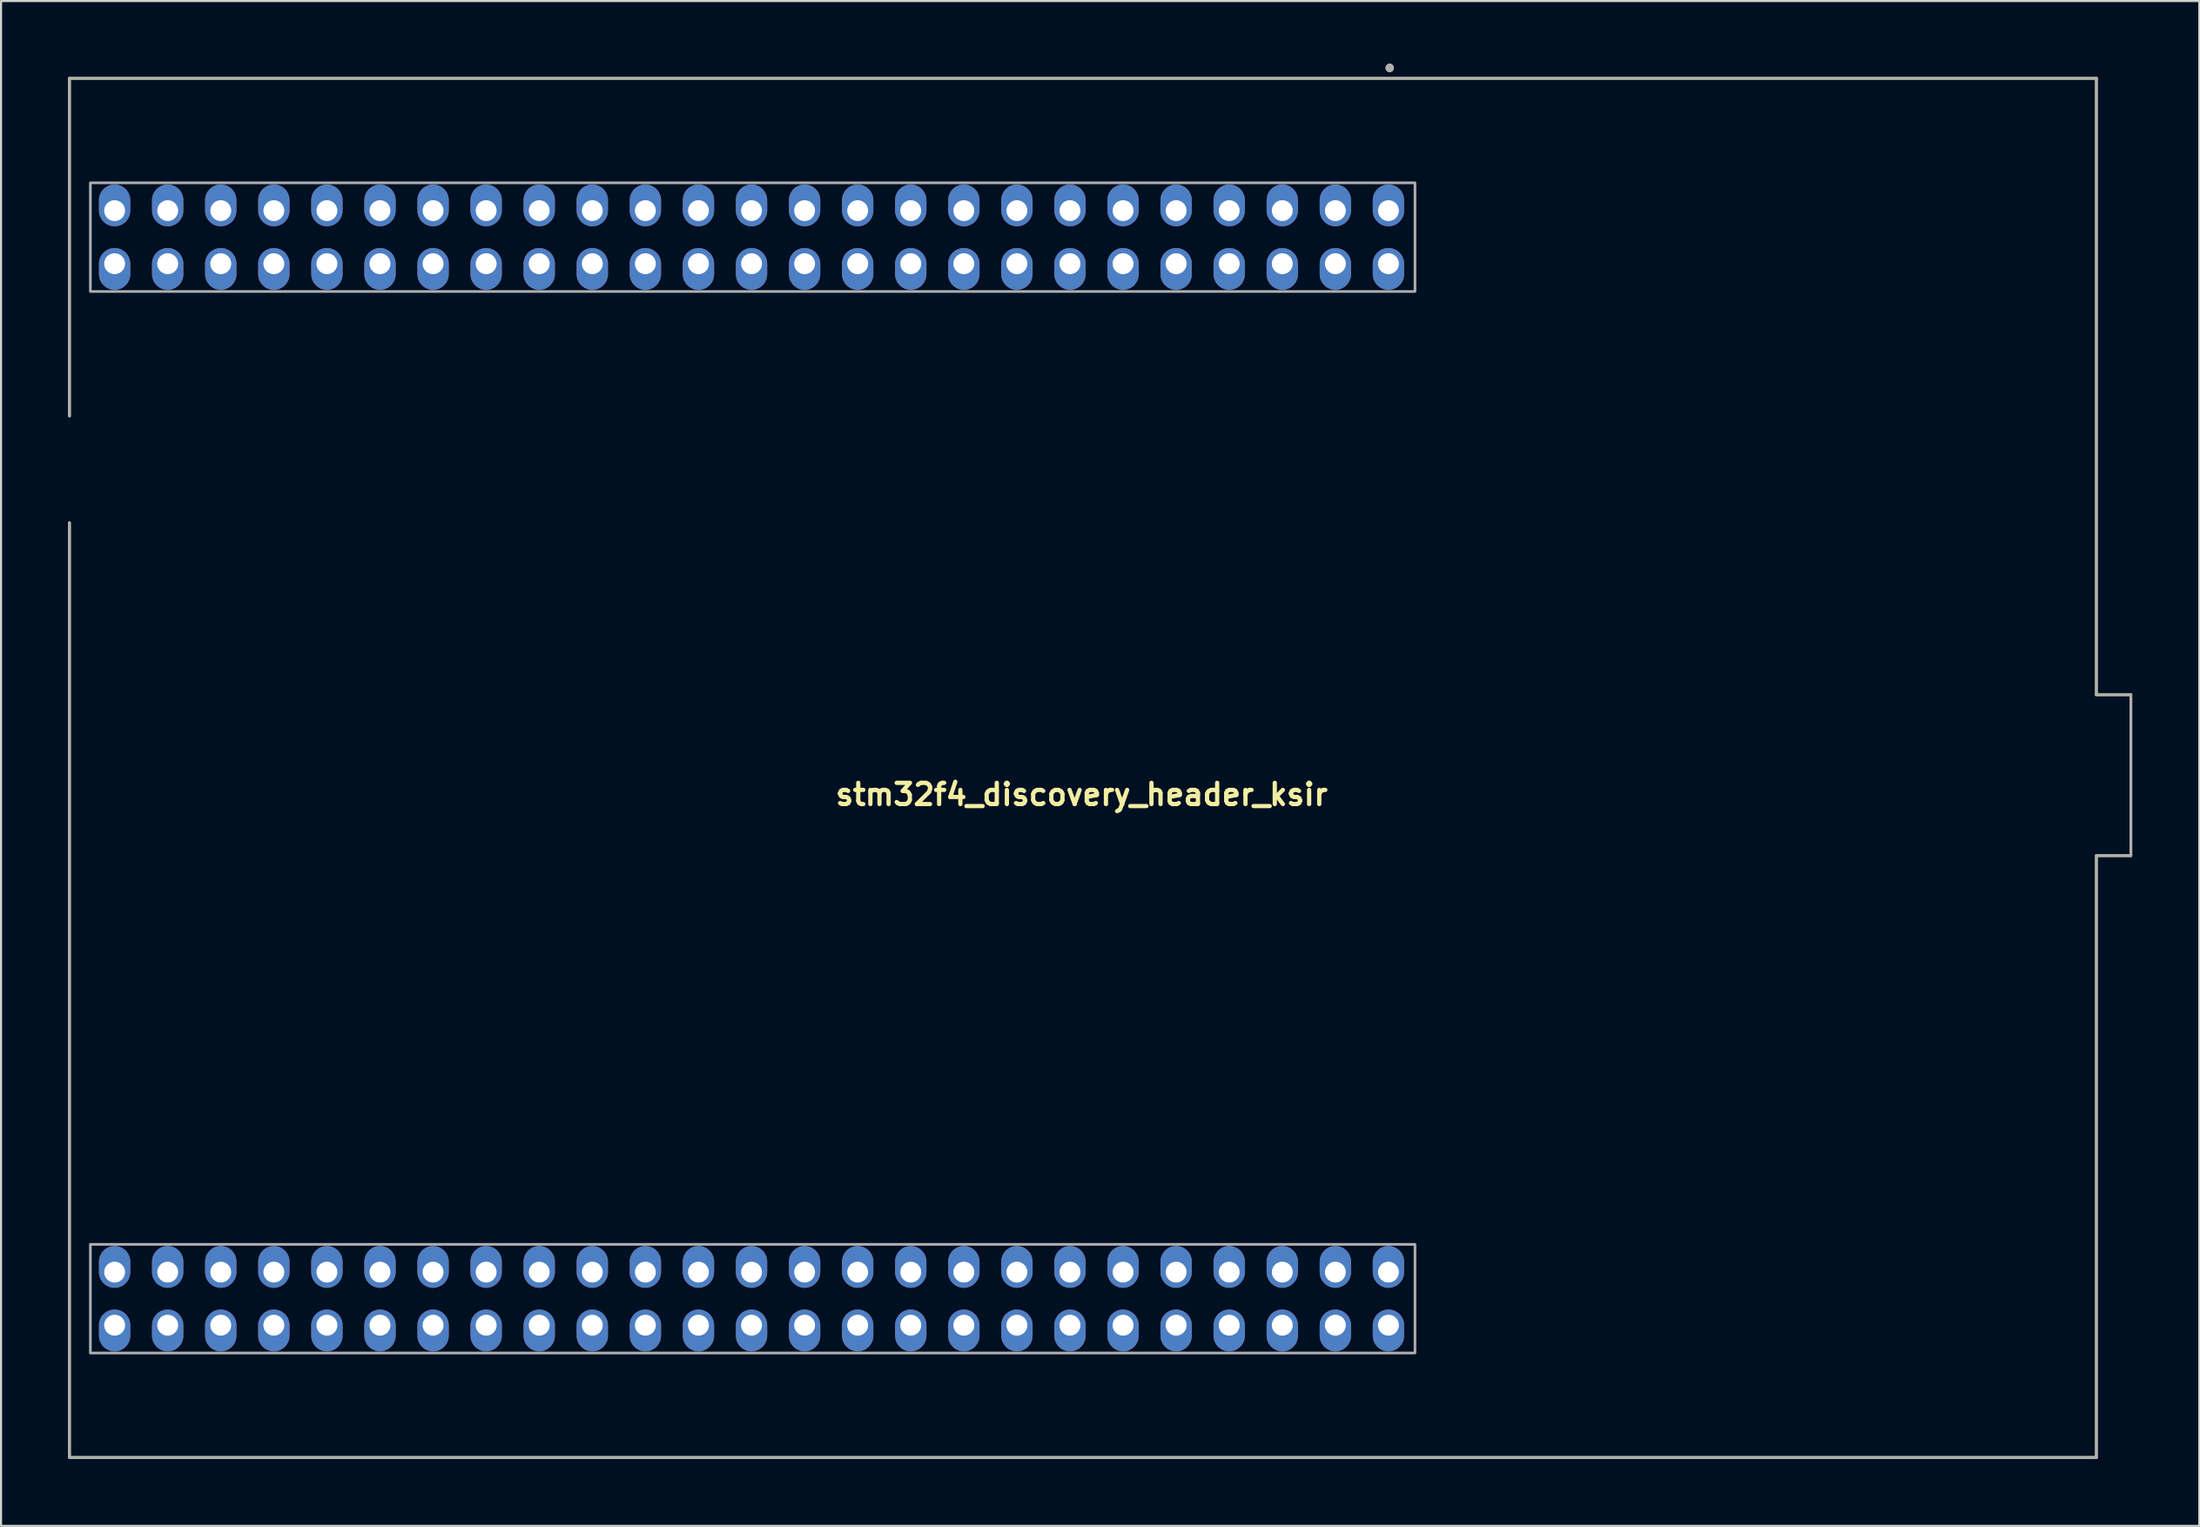
<source format=kicad_pcb>
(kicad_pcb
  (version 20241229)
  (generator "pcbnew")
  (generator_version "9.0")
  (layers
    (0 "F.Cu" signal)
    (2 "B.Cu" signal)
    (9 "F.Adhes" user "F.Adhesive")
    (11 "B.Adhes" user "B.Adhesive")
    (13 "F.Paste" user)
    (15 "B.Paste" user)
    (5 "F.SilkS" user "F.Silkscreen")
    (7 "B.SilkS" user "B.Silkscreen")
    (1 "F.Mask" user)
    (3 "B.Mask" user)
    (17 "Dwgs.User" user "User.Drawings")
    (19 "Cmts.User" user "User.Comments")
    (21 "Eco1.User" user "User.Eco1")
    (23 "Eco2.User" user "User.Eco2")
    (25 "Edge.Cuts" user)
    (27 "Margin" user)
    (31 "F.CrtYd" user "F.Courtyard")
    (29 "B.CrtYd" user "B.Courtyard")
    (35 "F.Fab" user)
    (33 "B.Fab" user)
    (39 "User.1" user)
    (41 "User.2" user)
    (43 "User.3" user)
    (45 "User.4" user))
  (footprint "stm32f4_discovery_header_ksir"
    (layer "F.Cu")
    (at 48.715 33.7)
    (property "Reference" "stm32f4_discovery_header_ksir" (at 0 1.27 0) (layer "F.SilkS") (effects (font (size 1.016 1.016) (thickness 0.203))))
    (attr through_hole)
    (fp_line (start -48.44 -33) (end -48.44 -16.84) (stroke (width 0.127) (type solid)) (layer "F.SilkS"))
    (fp_line (start -48.44 -33) (end 48.56 -33) (stroke (width 0.127) (type solid)) (layer "F.SilkS"))
    (fp_line (start -48.44 -11.74) (end -48.44 33) (stroke (width 0.127) (type solid)) (layer "F.SilkS"))
    (fp_line (start -48.44 33) (end 48.56 33) (stroke (width 0.127) (type solid)) (layer "F.SilkS"))
    (fp_line (start 48.56 -33) (end 48.56 -3.5) (stroke (width 0.127) (type solid)) (layer "F.SilkS"))
    (fp_line (start 48.56 -3.5) (end 50.21 -3.5) (stroke (width 0.127) (type solid)) (layer "F.SilkS"))
    (fp_line (start 48.56 4.2) (end 48.56 33) (stroke (width 0.127) (type solid)) (layer "F.SilkS"))
    (fp_line (start 48.56 4.2) (end 50.21 4.2) (stroke (width 0.127) (type solid)) (layer "F.SilkS"))
    (fp_line (start 50.21 -3.5) (end 50.21 4.2) (stroke (width 0.127) (type solid)) (layer "F.SilkS"))
    (fp_circle (center 14.74 -33.5) (end 14.74 -33.4) (stroke (width 0.2) (type solid)) (fill no) (layer "F.SilkS"))
    (fp_line (start -48.44 -33) (end -48.44 -16.84) (stroke (width 0.127) (type solid)) (layer "F.Fab"))
    (fp_line (start -48.44 -33) (end 48.56 -33) (stroke (width 0.127) (type solid)) (layer "F.Fab"))
    (fp_line (start -48.44 -11.74) (end -48.44 33) (stroke (width 0.127) (type solid)) (layer "F.Fab"))
    (fp_line (start -48.44 33) (end 48.56 33) (stroke (width 0.127) (type solid)) (layer "F.Fab"))
    (fp_line (start -47.44 -28) (end 15.95 -28) (stroke (width 0.127) (type solid)) (layer "F.Fab"))
    (fp_line (start -47.44 -22.86) (end -47.44 -27.94) (stroke (width 0.127) (type solid)) (layer "F.Fab"))
    (fp_line (start -47.44 22.86) (end -47.44 27.94) (stroke (width 0.127) (type solid)) (layer "F.Fab"))
    (fp_line (start -47.44 28) (end 15.95 28) (stroke (width 0.127) (type solid)) (layer "F.Fab"))
    (fp_line (start 15.95 -27.94) (end 15.95 -22.86) (stroke (width 0.127) (type solid)) (layer "F.Fab"))
    (fp_line (start 15.95 -22.8) (end -47.44 -22.8) (stroke (width 0.127) (type solid)) (layer "F.Fab"))
    (fp_line (start 15.95 22.8) (end -47.44 22.8) (stroke (width 0.127) (type solid)) (layer "F.Fab"))
    (fp_line (start 15.95 27.94) (end 15.95 22.86) (stroke (width 0.127) (type solid)) (layer "F.Fab"))
    (fp_line (start 48.56 -33) (end 48.56 -3.5) (stroke (width 0.127) (type solid)) (layer "F.Fab"))
    (fp_line (start 48.56 -3.5) (end 50.21 -3.5) (stroke (width 0.127) (type solid)) (layer "F.Fab"))
    (fp_line (start 48.56 4.2) (end 48.56 33) (stroke (width 0.127) (type solid)) (layer "F.Fab"))
    (fp_line (start 48.56 4.2) (end 50.21 4.2) (stroke (width 0.127) (type solid)) (layer "F.Fab"))
    (fp_line (start 50.21 -3.5) (end 50.21 4.2) (stroke (width 0.127) (type solid)) (layer "F.Fab"))
    (fp_circle (center 14.74 -33.5) (end 14.74 -33.4) (stroke (width 0.2) (type solid)) (fill no) (layer "F.Fab"))
    (fp_line (start -48.69 -33.25) (end -48.69 -17.09) (stroke (width 0.05) (type solid)) (layer "User.7"))
    (fp_line (start -48.69 -11.49) (end -48.69 33.25) (stroke (width 0.05) (type solid)) (layer "User.7"))
    (fp_line (start -48.69 33.25) (end 48.81 33.25) (stroke (width 0.05) (type solid)) (layer "User.7"))
    (fp_line (start 48.81 -33.25) (end -48.69 -33.25) (stroke (width 0.05) (type solid)) (layer "User.7"))
    (fp_line (start 48.81 -3.75) (end 48.81 -33.25) (stroke (width 0.05) (type solid)) (layer "User.7"))
    (fp_line (start 48.81 4.45) (end 50.46 4.45) (stroke (width 0.05) (type solid)) (layer "User.7"))
    (fp_line (start 48.81 33.25) (end 48.81 4.45) (stroke (width 0.05) (type solid)) (layer "User.7"))
    (fp_line (start 50.46 -3.75) (end 48.81 -3.75) (stroke (width 0.05) (type solid)) (layer "User.7"))
    (fp_line (start 50.46 4.45) (end 50.46 -3.75) (stroke (width 0.05) (type solid)) (layer "User.7"))
    (pad "1" thru_hole oval (at 14.68 -26.67) (size 1.5 2) (drill 0.998 (offset 0 -0.25)) (layers "*.Cu" "*.Mask"))
    (pad "2" thru_hole oval (at 14.68 -24.13) (size 1.5 2) (drill 1.001 (offset 0 0.25)) (layers "*.Cu" "*.Mask"))
    (pad "3" thru_hole oval (at 12.14 -26.67) (size 1.5 2) (drill 0.998 (offset 0 -0.25)) (layers "*.Cu" "*.Mask"))
    (pad "4" thru_hole oval (at 12.14 -24.13) (size 1.5 2) (drill 1.001 (offset 0 0.25)) (layers "*.Cu" "*.Mask"))
    (pad "5" thru_hole oval (at 9.6 -26.67) (size 1.5 2) (drill 0.998 (offset 0 -0.25)) (layers "*.Cu" "*.Mask"))
    (pad "6" thru_hole oval (at 9.6 -24.13) (size 1.5 2) (drill 1.001 (offset 0 0.25)) (layers "*.Cu" "*.Mask"))
    (pad "7" thru_hole oval (at 7.06 -26.67) (size 1.5 2) (drill 0.998 (offset 0 -0.25)) (layers "*.Cu" "*.Mask"))
    (pad "8" thru_hole oval (at 7.06 -24.13) (size 1.5 2) (drill 1.001 (offset 0 0.25)) (layers "*.Cu" "*.Mask"))
    (pad "9" thru_hole oval (at 4.52 -26.67) (size 1.5 2) (drill 0.998 (offset 0 -0.25)) (layers "*.Cu" "*.Mask"))
    (pad "10" thru_hole oval (at 4.52 -24.13) (size 1.5 2) (drill 1.001 (offset 0 0.25)) (layers "*.Cu" "*.Mask"))
    (pad "11" thru_hole oval (at 1.98 -26.67) (size 1.5 2) (drill 0.998 (offset 0 -0.25)) (layers "*.Cu" "*.Mask"))
    (pad "12" thru_hole oval (at 1.98 -24.13) (size 1.5 2) (drill 1.001 (offset 0 0.25)) (layers "*.Cu" "*.Mask"))
    (pad "13" thru_hole oval (at -0.56 -26.67) (size 1.5 2) (drill 0.998 (offset 0 -0.25)) (layers "*.Cu" "*.Mask"))
    (pad "14" thru_hole oval (at -0.56 -24.13) (size 1.5 2) (drill 1.001 (offset 0 0.25)) (layers "*.Cu" "*.Mask"))
    (pad "15" thru_hole oval (at -3.1 -26.67) (size 1.5 2) (drill 0.998 (offset 0 -0.25)) (layers "*.Cu" "*.Mask"))
    (pad "16" thru_hole oval (at -3.1 -24.13) (size 1.5 2) (drill 1.001 (offset 0 0.25)) (layers "*.Cu" "*.Mask"))
    (pad "17" thru_hole oval (at -5.64 -26.67) (size 1.5 2) (drill 0.998 (offset 0 -0.25)) (layers "*.Cu" "*.Mask"))
    (pad "18" thru_hole oval (at -5.64 -24.13) (size 1.5 2) (drill 1.001 (offset 0 0.25)) (layers "*.Cu" "*.Mask"))
    (pad "19" thru_hole oval (at -8.18 -26.67) (size 1.5 2) (drill 0.998 (offset 0 -0.25)) (layers "*.Cu" "*.Mask"))
    (pad "20" thru_hole oval (at -8.18 -24.13) (size 1.5 2) (drill 1.001 (offset 0 0.25)) (layers "*.Cu" "*.Mask"))
    (pad "21" thru_hole oval (at -10.72 -26.67) (size 1.5 2) (drill 0.998 (offset 0 -0.25)) (layers "*.Cu" "*.Mask"))
    (pad "22" thru_hole oval (at -10.72 -24.13) (size 1.5 2) (drill 1.001 (offset 0 0.25)) (layers "*.Cu" "*.Mask"))
    (pad "23" thru_hole oval (at -13.26 -26.67) (size 1.5 2) (drill 0.998 (offset 0 -0.25)) (layers "*.Cu" "*.Mask"))
    (pad "24" thru_hole oval (at -13.26 -24.13) (size 1.5 2) (drill 1.001 (offset 0 0.25)) (layers "*.Cu" "*.Mask"))
    (pad "25" thru_hole oval (at -15.8 -26.67) (size 1.5 2) (drill 0.998 (offset 0 -0.25)) (layers "*.Cu" "*.Mask"))
    (pad "26" thru_hole oval (at -15.8 -24.13) (size 1.5 2) (drill 1.001 (offset 0 0.25)) (layers "*.Cu" "*.Mask"))
    (pad "27" thru_hole oval (at -18.34 -26.67) (size 1.5 2) (drill 0.998 (offset 0 -0.25)) (layers "*.Cu" "*.Mask"))
    (pad "28" thru_hole oval (at -18.34 -24.13) (size 1.5 2) (drill 1.001 (offset 0 0.25)) (layers "*.Cu" "*.Mask"))
    (pad "29" thru_hole oval (at -20.88 -26.67) (size 1.5 2) (drill 0.998 (offset 0 -0.25)) (layers "*.Cu" "*.Mask"))
    (pad "30" thru_hole oval (at -20.88 -24.13) (size 1.5 2) (drill 1.001 (offset 0 0.25)) (layers "*.Cu" "*.Mask"))
    (pad "31" thru_hole oval (at -23.42 -26.67) (size 1.5 2) (drill 0.998 (offset 0 -0.25)) (layers "*.Cu" "*.Mask"))
    (pad "32" thru_hole oval (at -23.42 -24.13) (size 1.5 2) (drill 1.001 (offset 0 0.25)) (layers "*.Cu" "*.Mask"))
    (pad "33" thru_hole oval (at -25.96 -26.67) (size 1.5 2) (drill 0.998 (offset 0 -0.25)) (layers "*.Cu" "*.Mask"))
    (pad "34" thru_hole oval (at -25.96 -24.13) (size 1.5 2) (drill 1.001 (offset 0 0.25)) (layers "*.Cu" "*.Mask"))
    (pad "35" thru_hole oval (at -28.5 -26.67) (size 1.5 2) (drill 0.998 (offset 0 -0.25)) (layers "*.Cu" "*.Mask"))
    (pad "36" thru_hole oval (at -28.5 -24.13) (size 1.5 2) (drill 1.001 (offset 0 0.25)) (layers "*.Cu" "*.Mask"))
    (pad "37" thru_hole oval (at -31.04 -26.67) (size 1.5 2) (drill 0.998 (offset 0 -0.25)) (layers "*.Cu" "*.Mask"))
    (pad "38" thru_hole oval (at -31.04 -24.13) (size 1.5 2) (drill 1.001 (offset 0 0.25)) (layers "*.Cu" "*.Mask"))
    (pad "39" thru_hole oval (at -33.58 -26.67) (size 1.5 2) (drill 0.998 (offset 0 -0.25)) (layers "*.Cu" "*.Mask"))
    (pad "40" thru_hole oval (at -33.58 -24.13) (size 1.5 2) (drill 1.001 (offset 0 0.25)) (layers "*.Cu" "*.Mask"))
    (pad "41" thru_hole oval (at -36.12 -26.67) (size 1.5 2) (drill 0.998 (offset 0 -0.25)) (layers "*.Cu" "*.Mask"))
    (pad "42" thru_hole oval (at -36.12 -24.13) (size 1.5 2) (drill 1.001 (offset 0 0.25)) (layers "*.Cu" "*.Mask"))
    (pad "43" thru_hole oval (at -38.66 -26.67) (size 1.5 2) (drill 0.998 (offset 0 -0.25)) (layers "*.Cu" "*.Mask"))
    (pad "44" thru_hole oval (at -38.66 -24.13) (size 1.5 2) (drill 1.001 (offset 0 0.25)) (layers "*.Cu" "*.Mask"))
    (pad "45" thru_hole oval (at -41.2 -26.67) (size 1.5 2) (drill 0.998 (offset 0 -0.25)) (layers "*.Cu" "*.Mask"))
    (pad "46" thru_hole oval (at -41.2 -24.13) (size 1.5 2) (drill 1.001 (offset 0 0.25)) (layers "*.Cu" "*.Mask"))
    (pad "47" thru_hole oval (at -43.74 -26.67) (size 1.5 2) (drill 0.998 (offset 0 -0.25)) (layers "*.Cu" "*.Mask"))
    (pad "48" thru_hole oval (at -43.74 -24.13) (size 1.5 2) (drill 1.001 (offset 0 0.25)) (layers "*.Cu" "*.Mask"))
    (pad "49" thru_hole oval (at -46.28 -26.67) (size 1.5 2) (drill 0.998 (offset 0 -0.25)) (layers "*.Cu" "*.Mask"))
    (pad "50" thru_hole oval (at -46.28 -24.13) (size 1.5 2) (drill 1.001 (offset 0 0.25)) (layers "*.Cu" "*.Mask"))
    (pad "51" thru_hole oval (at -46.28 24.13) (size 1.5 2) (drill 0.998 (offset 0 -0.25)) (layers "*.Cu" "*.Mask"))
    (pad "52" thru_hole oval (at -46.28 26.67) (size 1.5 2) (drill 1.001 (offset 0 0.25)) (layers "*.Cu" "*.Mask"))
    (pad "53" thru_hole oval (at -43.74 24.13) (size 1.5 2) (drill 0.998 (offset 0 -0.25)) (layers "*.Cu" "*.Mask"))
    (pad "54" thru_hole oval (at -43.74 26.67) (size 1.5 2) (drill 1.001 (offset 0 0.25)) (layers "*.Cu" "*.Mask"))
    (pad "55" thru_hole oval (at -41.2 24.13) (size 1.5 2) (drill 0.998 (offset 0 -0.25)) (layers "*.Cu" "*.Mask"))
    (pad "56" thru_hole oval (at -41.2 26.67) (size 1.5 2) (drill 1.001 (offset 0 0.25)) (layers "*.Cu" "*.Mask"))
    (pad "57" thru_hole oval (at -38.66 24.13) (size 1.5 2) (drill 0.998 (offset 0 -0.25)) (layers "*.Cu" "*.Mask"))
    (pad "58" thru_hole oval (at -38.66 26.67) (size 1.5 2) (drill 1.001 (offset 0 0.25)) (layers "*.Cu" "*.Mask"))
    (pad "59" thru_hole oval (at -36.12 24.13) (size 1.5 2) (drill 0.998 (offset 0 -0.25)) (layers "*.Cu" "*.Mask"))
    (pad "60" thru_hole oval (at -36.12 26.67) (size 1.5 2) (drill 1.001 (offset 0 0.25)) (layers "*.Cu" "*.Mask"))
    (pad "61" thru_hole oval (at -33.58 24.13) (size 1.5 2) (drill 0.998 (offset 0 -0.25)) (layers "*.Cu" "*.Mask"))
    (pad "62" thru_hole oval (at -33.58 26.67) (size 1.5 2) (drill 1.001 (offset 0 0.25)) (layers "*.Cu" "*.Mask"))
    (pad "63" thru_hole oval (at -31.04 24.13) (size 1.5 2) (drill 0.998 (offset 0 -0.25)) (layers "*.Cu" "*.Mask"))
    (pad "64" thru_hole oval (at -31.04 26.67) (size 1.5 2) (drill 1.001 (offset 0 0.25)) (layers "*.Cu" "*.Mask"))
    (pad "65" thru_hole oval (at -28.5 24.13) (size 1.5 2) (drill 0.998 (offset 0 -0.25)) (layers "*.Cu" "*.Mask"))
    (pad "66" thru_hole oval (at -28.5 26.67) (size 1.5 2) (drill 1.001 (offset 0 0.25)) (layers "*.Cu" "*.Mask"))
    (pad "67" thru_hole oval (at -25.96 24.13) (size 1.5 2) (drill 0.998 (offset 0 -0.25)) (layers "*.Cu" "*.Mask"))
    (pad "68" thru_hole oval (at -25.96 26.67) (size 1.5 2) (drill 1.001 (offset 0 0.25)) (layers "*.Cu" "*.Mask"))
    (pad "69" thru_hole oval (at -23.42 24.13) (size 1.5 2) (drill 0.998 (offset 0 -0.25)) (layers "*.Cu" "*.Mask"))
    (pad "70" thru_hole oval (at -23.42 26.67) (size 1.5 2) (drill 1.001 (offset 0 0.25)) (layers "*.Cu" "*.Mask"))
    (pad "71" thru_hole oval (at -20.88 24.13) (size 1.5 2) (drill 0.998 (offset 0 -0.25)) (layers "*.Cu" "*.Mask"))
    (pad "72" thru_hole oval (at -20.88 26.67) (size 1.5 2) (drill 1.001 (offset 0 0.25)) (layers "*.Cu" "*.Mask"))
    (pad "73" thru_hole oval (at -18.34 24.13) (size 1.5 2) (drill 0.998 (offset 0 -0.25)) (layers "*.Cu" "*.Mask"))
    (pad "74" thru_hole oval (at -18.34 26.67) (size 1.5 2) (drill 1.001 (offset 0 0.25)) (layers "*.Cu" "*.Mask"))
    (pad "75" thru_hole oval (at -15.8 24.13) (size 1.5 2) (drill 0.998 (offset 0 -0.25)) (layers "*.Cu" "*.Mask"))
    (pad "76" thru_hole oval (at -15.8 26.67) (size 1.5 2) (drill 1.001 (offset 0 0.25)) (layers "*.Cu" "*.Mask"))
    (pad "77" thru_hole oval (at -13.26 24.13) (size 1.5 2) (drill 0.998 (offset 0 -0.25)) (layers "*.Cu" "*.Mask"))
    (pad "78" thru_hole oval (at -13.26 26.67) (size 1.5 2) (drill 1.001 (offset 0 0.25)) (layers "*.Cu" "*.Mask"))
    (pad "79" thru_hole oval (at -10.72 24.13) (size 1.5 2) (drill 0.998 (offset 0 -0.25)) (layers "*.Cu" "*.Mask"))
    (pad "80" thru_hole oval (at -10.72 26.67) (size 1.5 2) (drill 1.001 (offset 0 0.25)) (layers "*.Cu" "*.Mask"))
    (pad "81" thru_hole oval (at -8.18 24.13) (size 1.5 2) (drill 0.998 (offset 0 -0.25)) (layers "*.Cu" "*.Mask"))
    (pad "82" thru_hole oval (at -8.18 26.67) (size 1.5 2) (drill 1.001 (offset 0 0.25)) (layers "*.Cu" "*.Mask"))
    (pad "83" thru_hole oval (at -5.64 24.13) (size 1.5 2) (drill 0.998 (offset 0 -0.25)) (layers "*.Cu" "*.Mask"))
    (pad "84" thru_hole oval (at -5.64 26.67) (size 1.5 2) (drill 1.001 (offset 0 0.25)) (layers "*.Cu" "*.Mask"))
    (pad "85" thru_hole oval (at -3.1 24.13) (size 1.5 2) (drill 0.998 (offset 0 -0.25)) (layers "*.Cu" "*.Mask"))
    (pad "86" thru_hole oval (at -3.1 26.67) (size 1.5 2) (drill 1.001 (offset 0 0.25)) (layers "*.Cu" "*.Mask"))
    (pad "87" thru_hole oval (at -0.56 24.13) (size 1.5 2) (drill 0.998 (offset 0 -0.25)) (layers "*.Cu" "*.Mask"))
    (pad "88" thru_hole oval (at -0.56 26.67) (size 1.5 2) (drill 1.001 (offset 0 0.25)) (layers "*.Cu" "*.Mask"))
    (pad "89" thru_hole oval (at 1.98 24.13) (size 1.5 2) (drill 0.998 (offset 0 -0.25)) (layers "*.Cu" "*.Mask"))
    (pad "90" thru_hole oval (at 1.98 26.67) (size 1.5 2) (drill 1.001 (offset 0 0.25)) (layers "*.Cu" "*.Mask"))
    (pad "91" thru_hole oval (at 4.52 24.13) (size 1.5 2) (drill 0.998 (offset 0 -0.25)) (layers "*.Cu" "*.Mask"))
    (pad "92" thru_hole oval (at 4.52 26.67) (size 1.5 2) (drill 1.001 (offset 0 0.25)) (layers "*.Cu" "*.Mask"))
    (pad "93" thru_hole oval (at 7.06 24.13) (size 1.5 2) (drill 0.998 (offset 0 -0.25)) (layers "*.Cu" "*.Mask"))
    (pad "94" thru_hole oval (at 7.06 26.67) (size 1.5 2) (drill 1.001 (offset 0 0.25)) (layers "*.Cu" "*.Mask"))
    (pad "95" thru_hole oval (at 9.6 24.13) (size 1.5 2) (drill 0.998 (offset 0 -0.25)) (layers "*.Cu" "*.Mask"))
    (pad "96" thru_hole oval (at 9.6 26.67) (size 1.5 2) (drill 1.001 (offset 0 0.25)) (layers "*.Cu" "*.Mask"))
    (pad "97" thru_hole oval (at 12.14 24.13) (size 1.5 2) (drill 0.998 (offset 0 -0.25)) (layers "*.Cu" "*.Mask"))
    (pad "98" thru_hole oval (at 12.14 26.67) (size 1.5 2) (drill 1.001 (offset 0 0.25)) (layers "*.Cu" "*.Mask"))
    (pad "99" thru_hole oval (at 14.68 24.13) (size 1.5 2) (drill 0.998 (offset 0 -0.25)) (layers "*.Cu" "*.Mask"))
    (pad "100" thru_hole oval (at 14.68 26.67) (size 1.5 2) (drill 1.001 (offset 0 0.25)) (layers "*.Cu" "*.Mask")))
  (gr_rect
    (start -3 -3)
    (end 102.2 69.975)
    (stroke (width 0.1) (type default))
    (fill no)
    (layer "Edge.Cuts")))
</source>
